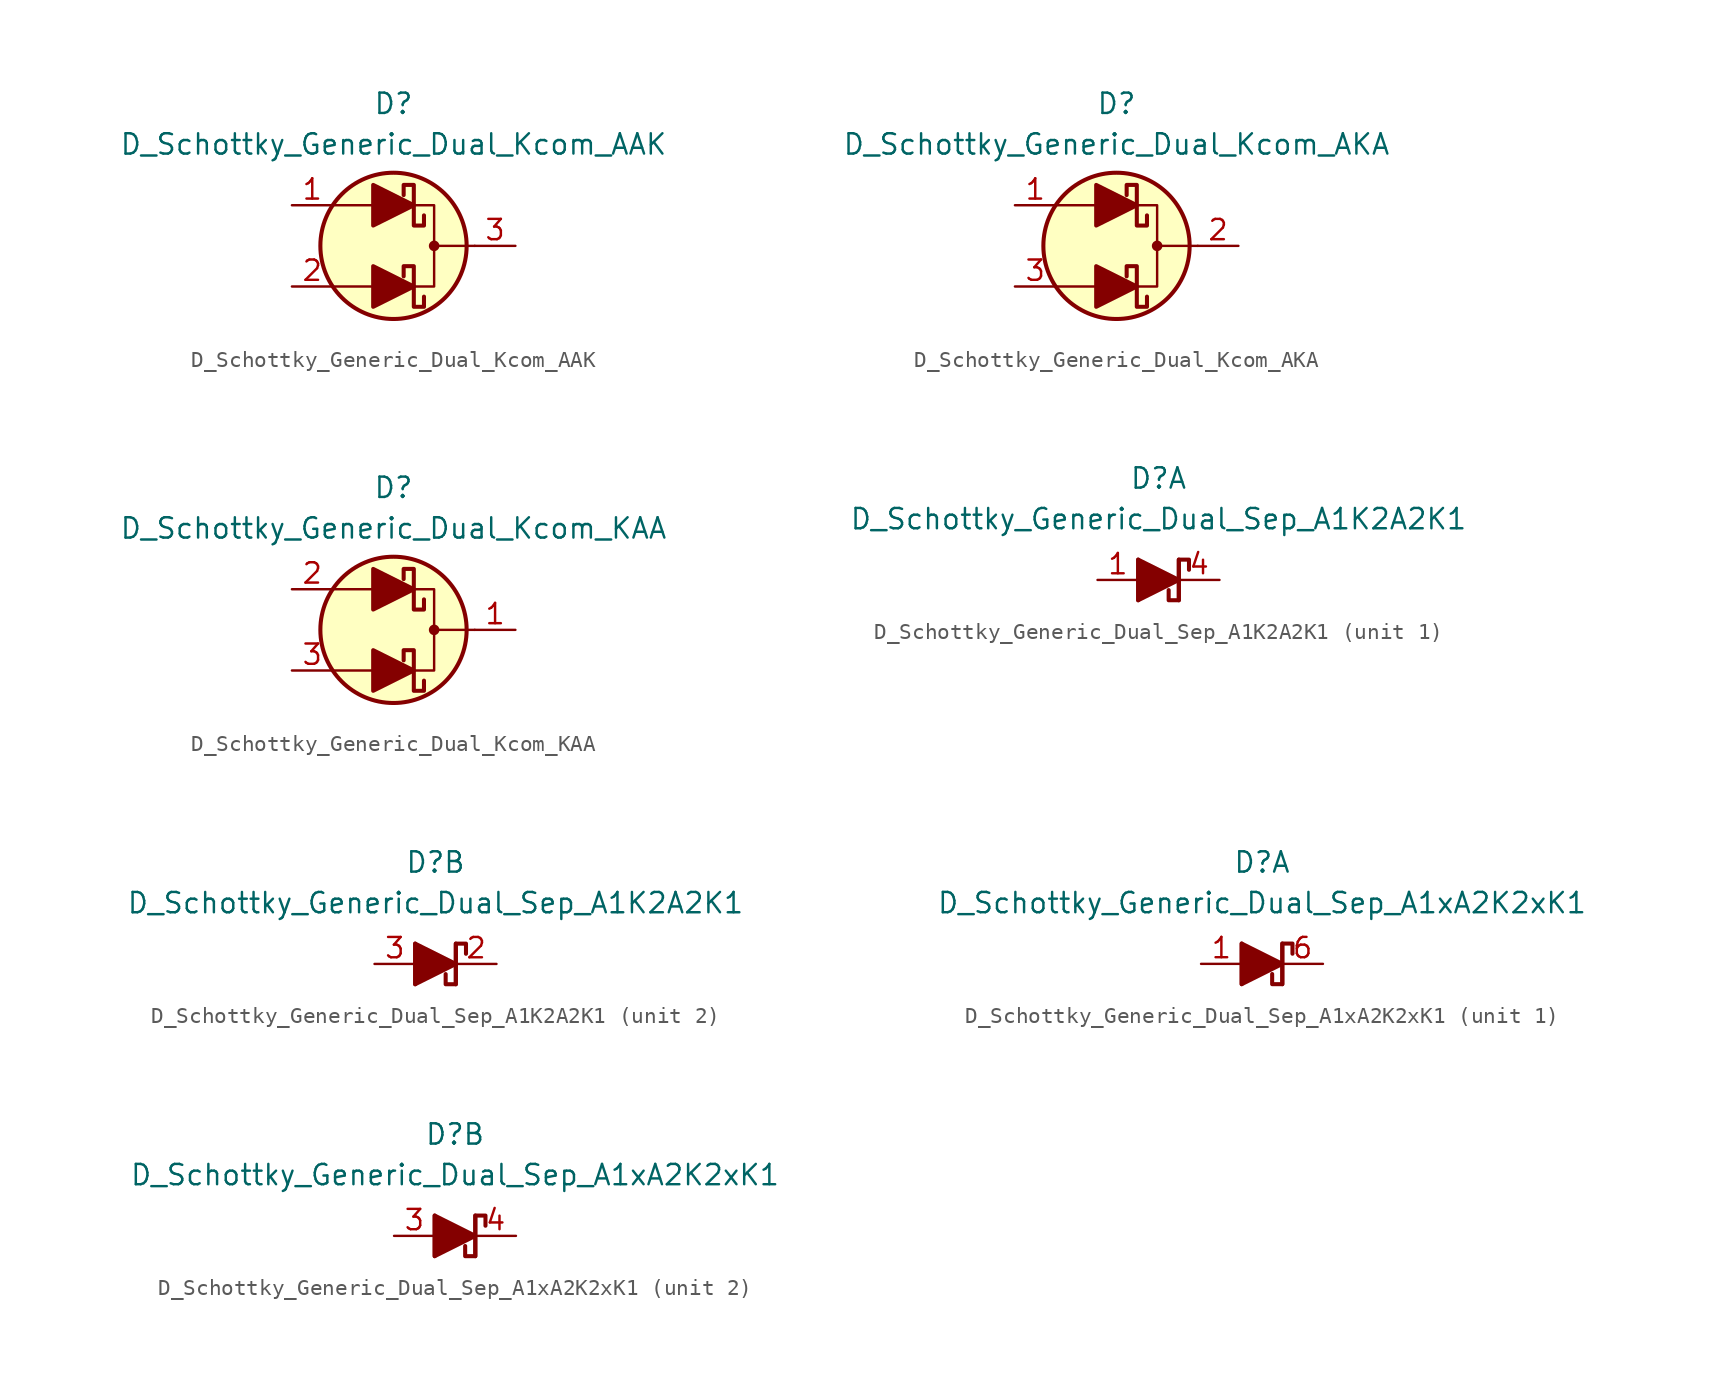
<source format=kicad_sym>
(kicad_symbol_lib
  (version 20211014)
  (generator kicad_symbol_editor)
  (symbol "D_Schottky_Generic_Dual_Kcom_AAK"
    (pin_names
      (offset 1.016) hide)
    (property "Reference" "D"
      (at 0 8.89 0)
      (effects (font (size 1.27 1.27))))
    (property "Value" "D_Schottky_Generic_Dual_Kcom_AAK"
      (at 0 6.35 0)
      (effects (font (size 1.27 1.27))))
    (symbol "D_Schottky_Generic_Dual_Kcom_AAK_0_1"
      (polyline (pts (xy -1.27 -2.54) (xy -3.81 -2.54)) (stroke (width 0) (type default) (color 0 0 0 0)) (fill (type none)))
      (polyline (pts (xy -1.27 2.54) (xy -3.81 2.54)) (stroke (width 0) (type default) (color 0 0 0 0)) (fill (type none)))
      (polyline (pts (xy 5.08 0) (xy 2.54 0)) (stroke (width 0) (type default) (color 0 0 0 0)) (fill (type none)))
      (polyline (pts (xy 1.27 -2.54) (xy 2.54 -2.54) (xy 2.54 2.54) (xy 1.27 2.54)) (stroke (width 0) (type default) (color 0 0 0 0)) (fill (type none)))
      (circle (center 0 0) (radius 4.572) (stroke (width 0.254) (type default) (color 0 0 0 0)) (fill (type background)))
      (circle (center 2.54 0) (radius 0.254) (stroke (width 0) (type default) (color 0 0 0 0)) (fill (type outline))))
    (symbol "D_Schottky_Generic_Dual_Kcom_AAK_1_1"
      (polyline (pts (xy -1.27 -2.54) (xy 1.27 -2.54)) (stroke (width 0) (type default) (color 0 0 0 0)) (fill (type none)))
      (polyline (pts (xy -1.27 2.54) (xy 1.27 2.54)) (stroke (width 0) (type default) (color 0 0 0 0)) (fill (type none)))
      (polyline (pts (xy -1.27 -3.81) (xy -1.27 -1.27) (xy 1.27 -2.54) (xy -1.27 -3.81)) (stroke (width 0.254) (type default) (color 0 0 0 0)) (fill (type outline)))
      (polyline (pts (xy -1.27 1.27) (xy -1.27 3.81) (xy 1.27 2.54) (xy -1.27 1.27)) (stroke (width 0.254) (type default) (color 0 0 0 0)) (fill (type outline)))
      (polyline (pts (xy 1.905 -3.175) (xy 1.905 -3.81) (xy 1.27 -3.81) (xy 1.27 -1.27) (xy 0.635 -1.27) (xy 0.635 -1.905)) (stroke (width 0.254) (type default) (color 0 0 0 0)) (fill (type none)))
      (polyline (pts (xy 1.905 1.905) (xy 1.905 1.27) (xy 1.27 1.27) (xy 1.27 3.81) (xy 0.635 3.81) (xy 0.635 3.175)) (stroke (width 0.254) (type default) (color 0 0 0 0)) (fill (type none)))
      (pin passive line (at -6.35 2.54 0) (length 2.54) (name "A2" (effects (font (size 1.27 1.27)))) (number "1" (effects (font (size 1.27 1.27)))))
      (pin passive line (at -6.35 -2.54 0) (length 2.54) (name "A1" (effects (font (size 1.27 1.27)))) (number "2" (effects (font (size 1.27 1.27)))))
      (pin passive line (at 7.62 0 180) (length 2.54) (name "K" (effects (font (size 1.27 1.27)))) (number "3" (effects (font (size 1.27 1.27)))))))
  (symbol "D_Schottky_Generic_Dual_Kcom_AKA"
    (pin_names
      (offset 1.016) hide)
    (property "Reference" "D"
      (at 0 8.89 0)
      (effects (font (size 1.27 1.27))))
    (property "Value" "D_Schottky_Generic_Dual_Kcom_AKA"
      (at 0 6.35 0)
      (effects (font (size 1.27 1.27))))
    (symbol "D_Schottky_Generic_Dual_Kcom_AKA_0_1"
      (polyline (pts (xy -1.27 -2.54) (xy -3.81 -2.54)) (stroke (width 0) (type default) (color 0 0 0 0)) (fill (type none)))
      (polyline (pts (xy -1.27 2.54) (xy -3.81 2.54)) (stroke (width 0) (type default) (color 0 0 0 0)) (fill (type none)))
      (polyline (pts (xy 5.08 0) (xy 2.54 0)) (stroke (width 0) (type default) (color 0 0 0 0)) (fill (type none)))
      (polyline (pts (xy 1.27 -2.54) (xy 2.54 -2.54) (xy 2.54 2.54) (xy 1.27 2.54)) (stroke (width 0) (type default) (color 0 0 0 0)) (fill (type none)))
      (circle (center 0 0) (radius 4.572) (stroke (width 0.254) (type default) (color 0 0 0 0)) (fill (type background)))
      (circle (center 2.54 0) (radius 0.254) (stroke (width 0) (type default) (color 0 0 0 0)) (fill (type outline))))
    (symbol "D_Schottky_Generic_Dual_Kcom_AKA_1_1"
      (polyline (pts (xy -1.27 -2.54) (xy 1.27 -2.54)) (stroke (width 0) (type default) (color 0 0 0 0)) (fill (type none)))
      (polyline (pts (xy -1.27 2.54) (xy 1.27 2.54)) (stroke (width 0) (type default) (color 0 0 0 0)) (fill (type none)))
      (polyline (pts (xy -1.27 -3.81) (xy -1.27 -1.27) (xy 1.27 -2.54) (xy -1.27 -3.81)) (stroke (width 0.254) (type default) (color 0 0 0 0)) (fill (type outline)))
      (polyline (pts (xy -1.27 1.27) (xy -1.27 3.81) (xy 1.27 2.54) (xy -1.27 1.27)) (stroke (width 0.254) (type default) (color 0 0 0 0)) (fill (type outline)))
      (polyline (pts (xy 1.905 -3.175) (xy 1.905 -3.81) (xy 1.27 -3.81) (xy 1.27 -1.27) (xy 0.635 -1.27) (xy 0.635 -1.905)) (stroke (width 0.254) (type default) (color 0 0 0 0)) (fill (type none)))
      (polyline (pts (xy 1.905 1.905) (xy 1.905 1.27) (xy 1.27 1.27) (xy 1.27 3.81) (xy 0.635 3.81) (xy 0.635 3.175)) (stroke (width 0.254) (type default) (color 0 0 0 0)) (fill (type none)))
      (pin passive line (at -6.35 2.54 0) (length 2.54) (name "A2" (effects (font (size 1.27 1.27)))) (number "1" (effects (font (size 1.27 1.27)))))
      (pin passive line (at 7.62 0 180) (length 2.54) (name "K" (effects (font (size 1.27 1.27)))) (number "2" (effects (font (size 1.27 1.27)))))
      (pin passive line (at -6.35 -2.54 0) (length 2.54) (name "A1" (effects (font (size 1.27 1.27)))) (number "3" (effects (font (size 1.27 1.27)))))))
  (symbol "D_Schottky_Generic_Dual_Kcom_KAA"
    (pin_names
      (offset 1.016) hide)
    (property "Reference" "D"
      (at 0 8.89 0)
      (effects (font (size 1.27 1.27))))
    (property "Value" "D_Schottky_Generic_Dual_Kcom_KAA"
      (at 0 6.35 0)
      (effects (font (size 1.27 1.27))))
    (symbol "D_Schottky_Generic_Dual_Kcom_KAA_0_1"
      (polyline (pts (xy -1.27 -2.54) (xy -3.81 -2.54)) (stroke (width 0) (type default) (color 0 0 0 0)) (fill (type none)))
      (polyline (pts (xy -1.27 2.54) (xy -3.81 2.54)) (stroke (width 0) (type default) (color 0 0 0 0)) (fill (type none)))
      (polyline (pts (xy 5.08 0) (xy 2.54 0)) (stroke (width 0) (type default) (color 0 0 0 0)) (fill (type none)))
      (polyline (pts (xy 1.27 -2.54) (xy 2.54 -2.54) (xy 2.54 2.54) (xy 1.27 2.54)) (stroke (width 0) (type default) (color 0 0 0 0)) (fill (type none)))
      (circle (center 0 0) (radius 4.572) (stroke (width 0.254) (type default) (color 0 0 0 0)) (fill (type background)))
      (circle (center 2.54 0) (radius 0.254) (stroke (width 0) (type default) (color 0 0 0 0)) (fill (type outline))))
    (symbol "D_Schottky_Generic_Dual_Kcom_KAA_1_1"
      (polyline (pts (xy -1.27 -2.54) (xy 1.27 -2.54)) (stroke (width 0) (type default) (color 0 0 0 0)) (fill (type none)))
      (polyline (pts (xy -1.27 2.54) (xy 1.27 2.54)) (stroke (width 0) (type default) (color 0 0 0 0)) (fill (type none)))
      (polyline (pts (xy -1.27 -3.81) (xy -1.27 -1.27) (xy 1.27 -2.54) (xy -1.27 -3.81)) (stroke (width 0.254) (type default) (color 0 0 0 0)) (fill (type outline)))
      (polyline (pts (xy -1.27 1.27) (xy -1.27 3.81) (xy 1.27 2.54) (xy -1.27 1.27)) (stroke (width 0.254) (type default) (color 0 0 0 0)) (fill (type outline)))
      (polyline (pts (xy 1.905 -3.175) (xy 1.905 -3.81) (xy 1.27 -3.81) (xy 1.27 -1.27) (xy 0.635 -1.27) (xy 0.635 -1.905)) (stroke (width 0.254) (type default) (color 0 0 0 0)) (fill (type none)))
      (polyline (pts (xy 1.905 1.905) (xy 1.905 1.27) (xy 1.27 1.27) (xy 1.27 3.81) (xy 0.635 3.81) (xy 0.635 3.175)) (stroke (width 0.254) (type default) (color 0 0 0 0)) (fill (type none)))
      (pin passive line (at 7.62 0 180) (length 2.54) (name "K" (effects (font (size 1.27 1.27)))) (number "1" (effects (font (size 1.27 1.27)))))
      (pin passive line (at -6.35 2.54 0) (length 2.54) (name "A2" (effects (font (size 1.27 1.27)))) (number "2" (effects (font (size 1.27 1.27)))))
      (pin passive line (at -6.35 -2.54 0) (length 2.54) (name "A1" (effects (font (size 1.27 1.27)))) (number "3" (effects (font (size 1.27 1.27)))))))
  (symbol "D_Schottky_Generic_Dual_Sep_A1K2A2K1"
    (pin_names
      (offset 1.016) hide)
    (property "Reference" "D"
      (at 0 6.35 0)
      (effects (font (size 1.27 1.27))))
    (property "Value" "D_Schottky_Generic_Dual_Sep_A1K2A2K1"
      (at 0 3.81 0)
      (effects (font (size 1.27 1.27))))
    (property "ki_locked" ""
      (at 0 0 0)
      (effects (font (size 1.27 1.27))))
    (symbol "D_Schottky_Generic_Dual_Sep_A1K2A2K1_0_1"
      (polyline (pts (xy -1.27 1.27) (xy -1.27 -1.27)) (stroke (width 0.254) (type default) (color 0 0 0 0)) (fill (type none))))
    (symbol "D_Schottky_Generic_Dual_Sep_A1K2A2K1_1_1"
      (polyline (pts (xy -1.27 0) (xy 1.27 0)) (stroke (width 0) (type default) (color 0 0 0 0)) (fill (type none)))
      (polyline (pts (xy 1.27 1.27) (xy 1.27 -1.27)) (stroke (width 0.254) (type default) (color 0 0 0 0)) (fill (type none)))
      (polyline (pts (xy -1.27 -1.27) (xy -1.27 1.27) (xy 1.27 0) (xy -1.27 -1.27)) (stroke (width 0.254) (type default) (color 0 0 0 0)) (fill (type outline)))
      (polyline (pts (xy 1.905 0.635) (xy 1.905 1.27) (xy 1.27 1.27) (xy 1.27 -1.27) (xy 0.635 -1.27) (xy 0.635 -0.635)) (stroke (width 0.254) (type default) (color 0 0 0 0)) (fill (type none)))
      (pin passive line (at -3.81 0 0) (length 2.54) (name "A1" (effects (font (size 1.27 1.27)))) (number "1" (effects (font (size 1.27 1.27)))))
      (pin passive line (at 3.81 0 180) (length 2.54) (name "K1" (effects (font (size 1.27 1.27)))) (number "4" (effects (font (size 1.27 1.27))))))
    (symbol "D_Schottky_Generic_Dual_Sep_A1K2A2K1_2_1"
      (polyline (pts (xy -1.27 0) (xy 1.27 0)) (stroke (width 0) (type default) (color 0 0 0 0)) (fill (type none)))
      (polyline (pts (xy 1.27 1.27) (xy 1.27 -1.27)) (stroke (width 0.254) (type default) (color 0 0 0 0)) (fill (type none)))
      (polyline (pts (xy -1.27 -1.27) (xy -1.27 1.27) (xy 1.27 0) (xy -1.27 -1.27)) (stroke (width 0.254) (type default) (color 0 0 0 0)) (fill (type outline)))
      (polyline (pts (xy 1.905 0.635) (xy 1.905 1.27) (xy 1.27 1.27) (xy 1.27 -1.27) (xy 0.635 -1.27) (xy 0.635 -0.635)) (stroke (width 0.254) (type default) (color 0 0 0 0)) (fill (type none)))
      (pin passive line (at 3.81 0 180) (length 2.54) (name "K2" (effects (font (size 1.27 1.27)))) (number "2" (effects (font (size 1.27 1.27)))))
      (pin passive line (at -3.81 0 0) (length 2.54) (name "A2" (effects (font (size 1.27 1.27)))) (number "3" (effects (font (size 1.27 1.27)))))))
  (symbol "D_Schottky_Generic_Dual_Sep_A1xA2K2xK1"
    (pin_names
      (offset 1.016) hide)
    (property "Reference" "D"
      (at 0 6.35 0)
      (effects (font (size 1.27 1.27))))
    (property "Value" "D_Schottky_Generic_Dual_Sep_A1xA2K2xK1"
      (at 0 3.81 0)
      (effects (font (size 1.27 1.27))))
    (property "ki_locked" ""
      (at 0 0 0)
      (effects (font (size 1.27 1.27))))
    (symbol "D_Schottky_Generic_Dual_Sep_A1xA2K2xK1_0_1"
      (polyline (pts (xy -1.27 1.27) (xy -1.27 -1.27)) (stroke (width 0.254) (type default) (color 0 0 0 0)) (fill (type none))))
    (symbol "D_Schottky_Generic_Dual_Sep_A1xA2K2xK1_1_1"
      (polyline (pts (xy -1.27 0) (xy 1.27 0)) (stroke (width 0) (type default) (color 0 0 0 0)) (fill (type none)))
      (polyline (pts (xy 1.27 1.27) (xy 1.27 -1.27)) (stroke (width 0.254) (type default) (color 0 0 0 0)) (fill (type none)))
      (polyline (pts (xy -1.27 -1.27) (xy -1.27 1.27) (xy 1.27 0) (xy -1.27 -1.27)) (stroke (width 0.254) (type default) (color 0 0 0 0)) (fill (type outline)))
      (polyline (pts (xy 1.905 0.635) (xy 1.905 1.27) (xy 1.27 1.27) (xy 1.27 -1.27) (xy 0.635 -1.27) (xy 0.635 -0.635)) (stroke (width 0.254) (type default) (color 0 0 0 0)) (fill (type none)))
      (pin passive line (at -3.81 0 0) (length 2.54) (name "A1" (effects (font (size 1.27 1.27)))) (number "1" (effects (font (size 1.27 1.27)))))
      (pin no_connect line (at 0 0 0) (length 2.54) hide (name "NC" (effects (font (size 1.27 1.27)))) (number "2" (effects (font (size 1.27 1.27)))))
      (pin passive line (at 3.81 0 180) (length 2.54) (name "K1" (effects (font (size 1.27 1.27)))) (number "6" (effects (font (size 1.27 1.27))))))
    (symbol "D_Schottky_Generic_Dual_Sep_A1xA2K2xK1_2_1"
      (polyline (pts (xy -1.27 0) (xy 1.27 0)) (stroke (width 0) (type default) (color 0 0 0 0)) (fill (type none)))
      (polyline (pts (xy 1.27 1.27) (xy 1.27 -1.27)) (stroke (width 0.254) (type default) (color 0 0 0 0)) (fill (type none)))
      (polyline (pts (xy -1.27 -1.27) (xy -1.27 1.27) (xy 1.27 0) (xy -1.27 -1.27)) (stroke (width 0.254) (type default) (color 0 0 0 0)) (fill (type outline)))
      (polyline (pts (xy 1.905 0.635) (xy 1.905 1.27) (xy 1.27 1.27) (xy 1.27 -1.27) (xy 0.635 -1.27) (xy 0.635 -0.635)) (stroke (width 0.254) (type default) (color 0 0 0 0)) (fill (type none)))
      (pin passive line (at -3.81 0 0) (length 2.54) (name "A2" (effects (font (size 1.27 1.27)))) (number "3" (effects (font (size 1.27 1.27)))))
      (pin passive line (at 3.81 0 180) (length 2.54) (name "K2" (effects (font (size 1.27 1.27)))) (number "4" (effects (font (size 1.27 1.27)))))
      (pin no_connect line (at 0 0 180) (length 2.54) hide (name "NC" (effects (font (size 1.27 1.27)))) (number "5" (effects (font (size 1.27 1.27))))))))
</source>
